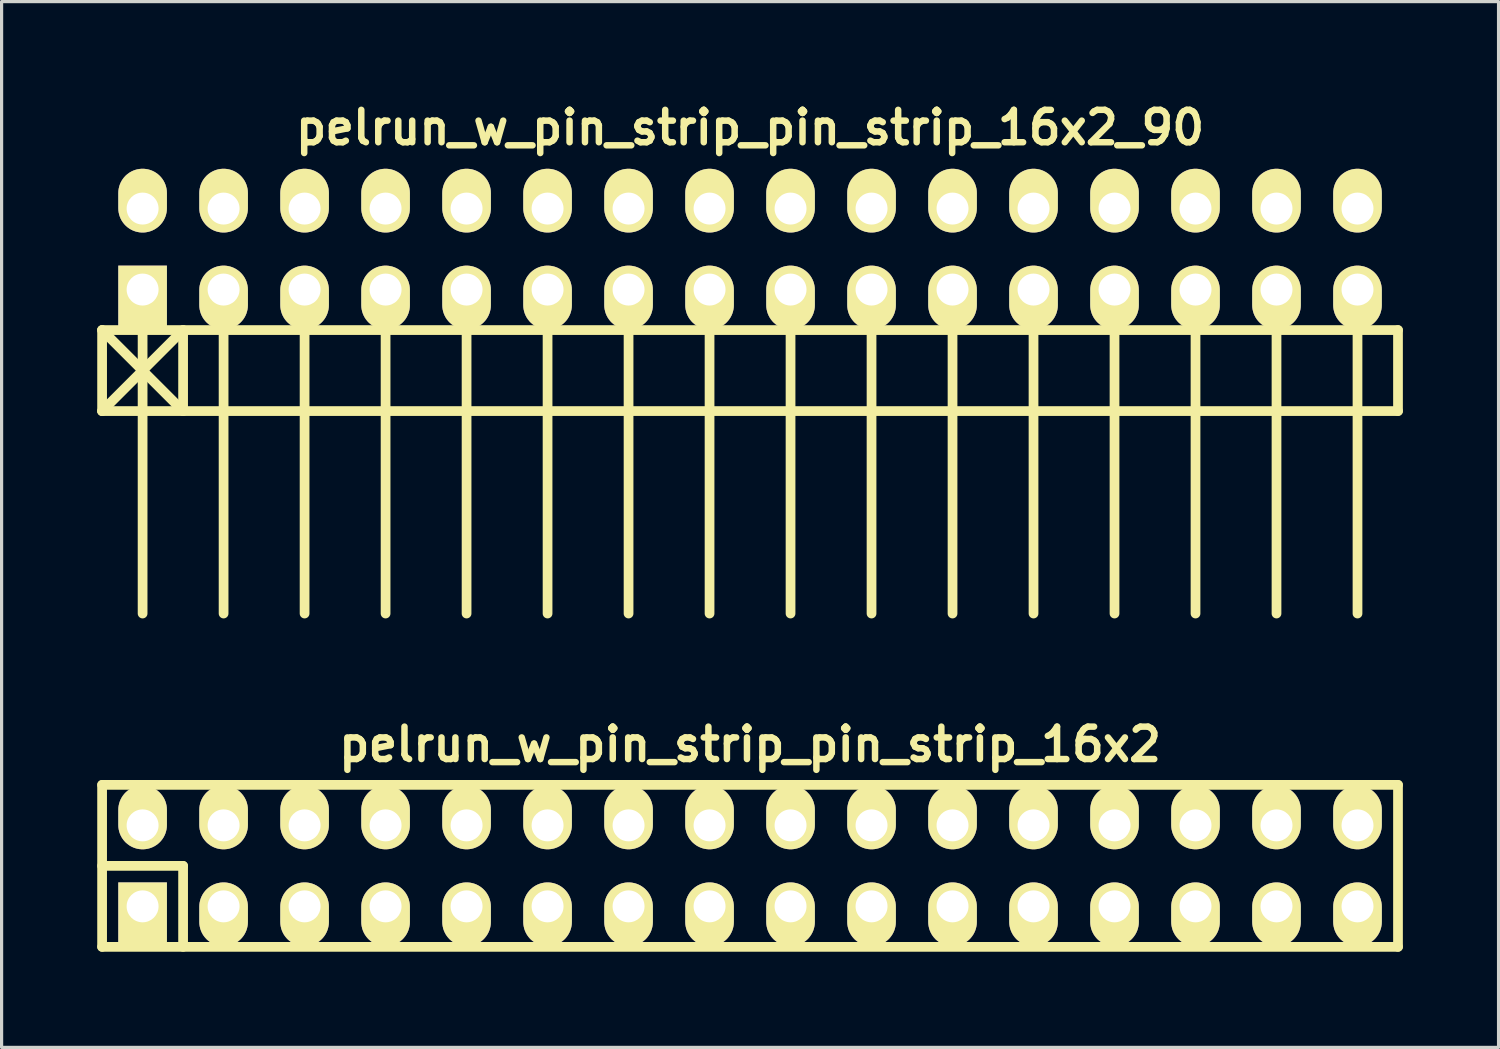
<source format=kicad_pcb>
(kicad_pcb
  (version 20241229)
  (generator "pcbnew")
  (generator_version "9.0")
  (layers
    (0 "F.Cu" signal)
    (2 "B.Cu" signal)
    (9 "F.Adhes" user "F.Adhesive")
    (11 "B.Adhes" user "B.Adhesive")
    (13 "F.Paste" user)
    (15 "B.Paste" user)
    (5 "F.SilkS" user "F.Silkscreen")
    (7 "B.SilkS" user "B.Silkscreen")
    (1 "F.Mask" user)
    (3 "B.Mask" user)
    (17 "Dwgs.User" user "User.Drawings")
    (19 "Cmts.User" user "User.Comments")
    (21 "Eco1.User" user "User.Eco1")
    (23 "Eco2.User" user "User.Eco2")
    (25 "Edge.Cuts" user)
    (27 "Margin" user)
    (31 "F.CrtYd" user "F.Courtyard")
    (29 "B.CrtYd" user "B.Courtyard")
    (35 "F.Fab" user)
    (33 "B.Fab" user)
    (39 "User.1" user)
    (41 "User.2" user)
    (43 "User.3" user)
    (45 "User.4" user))
  (footprint "pelrun_w_pin_strip_pin_strip_16x2"
    (layer "F.Cu")
    (at 20.472 24.104)
    (property "Reference" "pelrun_w_pin_strip_pin_strip_16x2" (at 0 -3.81 0) (layer "F.SilkS") (effects (font (size 1.016 1.016) (thickness 0.203))))
    (attr through_hole)
    (fp_line (start -20.32 -2.54) (end -20.32 2.54) (stroke (width 0.305) (type solid)) (layer "F.SilkS"))
    (fp_line (start -20.32 -2.54) (end 20.32 -2.54) (stroke (width 0.305) (type solid)) (layer "F.SilkS"))
    (fp_line (start -20.32 0) (end -17.78 0) (stroke (width 0.305) (type solid)) (layer "F.SilkS"))
    (fp_line (start -17.78 0) (end -17.78 2.54) (stroke (width 0.305) (type solid)) (layer "F.SilkS"))
    (fp_line (start 20.32 2.54) (end -20.32 2.54) (stroke (width 0.305) (type solid)) (layer "F.SilkS"))
    (fp_line (start 20.32 2.54) (end 20.32 -2.54) (stroke (width 0.305) (type solid)) (layer "F.SilkS"))
    (pad "1" thru_hole rect (at -19.05 1.27) (size 1.524 1.999) (drill 1.001 (offset 0 0.249)) (layers "*.Cu" "*.Mask" "F.SilkS"))
    (pad "2" thru_hole oval (at -19.05 -1.27) (size 1.524 1.999) (drill 1.001 (offset 0 -0.249)) (layers "*.Cu" "*.Mask" "F.SilkS"))
    (pad "3" thru_hole oval (at -16.51 1.27) (size 1.524 1.999) (drill 1.001 (offset 0 0.249)) (layers "*.Cu" "*.Mask" "F.SilkS"))
    (pad "4" thru_hole oval (at -16.51 -1.27) (size 1.524 1.999) (drill 1.001 (offset 0 -0.249)) (layers "*.Cu" "*.Mask" "F.SilkS"))
    (pad "5" thru_hole oval (at -13.97 1.27) (size 1.524 1.999) (drill 1.001 (offset 0 0.249)) (layers "*.Cu" "*.Mask" "F.SilkS"))
    (pad "6" thru_hole oval (at -13.97 -1.27) (size 1.524 1.999) (drill 1.001 (offset 0 -0.249)) (layers "*.Cu" "*.Mask" "F.SilkS"))
    (pad "7" thru_hole oval (at -11.43 1.27) (size 1.524 1.999) (drill 1.001 (offset 0 0.249)) (layers "*.Cu" "*.Mask" "F.SilkS"))
    (pad "8" thru_hole oval (at -11.43 -1.27) (size 1.524 1.999) (drill 1.001 (offset 0 -0.249)) (layers "*.Cu" "*.Mask" "F.SilkS"))
    (pad "9" thru_hole oval (at -8.89 1.27) (size 1.524 1.999) (drill 1.001 (offset 0 0.249)) (layers "*.Cu" "*.Mask" "F.SilkS"))
    (pad "10" thru_hole oval (at -8.89 -1.27) (size 1.524 1.999) (drill 1.001 (offset 0 -0.249)) (layers "*.Cu" "*.Mask" "F.SilkS"))
    (pad "11" thru_hole oval (at -6.35 1.27) (size 1.524 1.999) (drill 1.001 (offset 0 0.249)) (layers "*.Cu" "*.Mask" "F.SilkS"))
    (pad "12" thru_hole oval (at -6.35 -1.27) (size 1.524 1.999) (drill 1.001 (offset 0 -0.249)) (layers "*.Cu" "*.Mask" "F.SilkS"))
    (pad "13" thru_hole oval (at -3.81 1.27) (size 1.524 1.999) (drill 1.001 (offset 0 0.249)) (layers "*.Cu" "*.Mask" "F.SilkS"))
    (pad "14" thru_hole oval (at -3.81 -1.27) (size 1.524 1.999) (drill 1.001 (offset 0 -0.249)) (layers "*.Cu" "*.Mask" "F.SilkS"))
    (pad "15" thru_hole oval (at -1.27 1.27) (size 1.524 1.999) (drill 1.001 (offset 0 0.249)) (layers "*.Cu" "*.Mask" "F.SilkS"))
    (pad "16" thru_hole oval (at -1.27 -1.27) (size 1.524 1.999) (drill 1.001 (offset 0 -0.249)) (layers "*.Cu" "*.Mask" "F.SilkS"))
    (pad "17" thru_hole oval (at 1.27 1.27) (size 1.524 1.999) (drill 1.001 (offset 0 0.249)) (layers "*.Cu" "*.Mask" "F.SilkS"))
    (pad "18" thru_hole oval (at 1.27 -1.27) (size 1.524 1.999) (drill 1.001 (offset 0 -0.249)) (layers "*.Cu" "*.Mask" "F.SilkS"))
    (pad "19" thru_hole oval (at 3.81 1.27) (size 1.524 1.999) (drill 1.001 (offset 0 0.249)) (layers "*.Cu" "*.Mask" "F.SilkS"))
    (pad "20" thru_hole oval (at 3.81 -1.27) (size 1.524 1.999) (drill 1.001 (offset 0 -0.249)) (layers "*.Cu" "*.Mask" "F.SilkS"))
    (pad "21" thru_hole oval (at 6.35 1.27) (size 1.524 1.999) (drill 1.001 (offset 0 0.249)) (layers "*.Cu" "*.Mask" "F.SilkS"))
    (pad "22" thru_hole oval (at 6.35 -1.27) (size 1.524 1.999) (drill 1.001 (offset 0 -0.249)) (layers "*.Cu" "*.Mask" "F.SilkS"))
    (pad "23" thru_hole oval (at 8.89 1.27) (size 1.524 1.999) (drill 1.001 (offset 0 0.249)) (layers "*.Cu" "*.Mask" "F.SilkS"))
    (pad "24" thru_hole oval (at 8.89 -1.27) (size 1.524 1.999) (drill 1.001 (offset 0 -0.249)) (layers "*.Cu" "*.Mask" "F.SilkS"))
    (pad "25" thru_hole oval (at 11.43 1.27) (size 1.524 1.999) (drill 1.001 (offset 0 0.249)) (layers "*.Cu" "*.Mask" "F.SilkS"))
    (pad "26" thru_hole oval (at 11.43 -1.27) (size 1.524 1.999) (drill 1.001 (offset 0 -0.249)) (layers "*.Cu" "*.Mask" "F.SilkS"))
    (pad "27" thru_hole oval (at 13.97 1.27) (size 1.524 1.999) (drill 1.001 (offset 0 0.249)) (layers "*.Cu" "*.Mask" "F.SilkS"))
    (pad "28" thru_hole oval (at 13.97 -1.27) (size 1.524 1.999) (drill 1.001 (offset 0 -0.249)) (layers "*.Cu" "*.Mask" "F.SilkS"))
    (pad "29" thru_hole oval (at 16.51 1.27) (size 1.524 1.999) (drill 1.001 (offset 0 0.249)) (layers "*.Cu" "*.Mask" "F.SilkS"))
    (pad "30" thru_hole oval (at 16.51 -1.27) (size 1.524 1.999) (drill 1.001 (offset 0 -0.249)) (layers "*.Cu" "*.Mask" "F.SilkS"))
    (pad "31" thru_hole oval (at 19.05 1.27) (size 1.524 1.999) (drill 1.001 (offset 0 0.249)) (layers "*.Cu" "*.Mask" "F.SilkS"))
    (pad "32" thru_hole oval (at 19.05 -1.27) (size 1.524 1.999) (drill 1.001 (offset 0 -0.249)) (layers "*.Cu" "*.Mask" "F.SilkS")))
  (footprint "pelrun_w_pin_strip_pin_strip_16x2_90"
    (layer "F.Cu")
    (at 20.472 4.761)
    (property "Reference" "pelrun_w_pin_strip_pin_strip_16x2_90" (at 0 -3.81 0) (layer "F.SilkS") (effects (font (size 1.016 1.016) (thickness 0.203))))
    (attr through_hole)
    (fp_line (start -20.32 2.54) (end -17.78 5.08) (stroke (width 0.305) (type solid)) (layer "F.SilkS"))
    (fp_line (start -20.32 2.54) (end 20.32 2.54) (stroke (width 0.305) (type solid)) (layer "F.SilkS"))
    (fp_line (start -20.32 5.08) (end -20.32 2.54) (stroke (width 0.305) (type solid)) (layer "F.SilkS"))
    (fp_line (start -19.05 1.27) (end -19.05 11.43) (stroke (width 0.305) (type solid)) (layer "F.SilkS"))
    (fp_line (start -17.78 2.54) (end -20.32 5.08) (stroke (width 0.305) (type solid)) (layer "F.SilkS"))
    (fp_line (start -17.78 5.08) (end -17.78 2.54) (stroke (width 0.305) (type solid)) (layer "F.SilkS"))
    (fp_line (start -16.51 1.27) (end -16.51 11.43) (stroke (width 0.305) (type solid)) (layer "F.SilkS"))
    (fp_line (start -13.97 11.43) (end -13.97 1.27) (stroke (width 0.305) (type solid)) (layer "F.SilkS"))
    (fp_line (start -11.43 1.27) (end -11.43 11.43) (stroke (width 0.305) (type solid)) (layer "F.SilkS"))
    (fp_line (start -8.89 1.27) (end -8.89 11.43) (stroke (width 0.305) (type solid)) (layer "F.SilkS"))
    (fp_line (start -6.35 1.27) (end -6.35 11.43) (stroke (width 0.305) (type solid)) (layer "F.SilkS"))
    (fp_line (start -3.81 1.27) (end -3.81 11.43) (stroke (width 0.305) (type solid)) (layer "F.SilkS"))
    (fp_line (start -1.27 1.27) (end -1.27 11.43) (stroke (width 0.305) (type solid)) (layer "F.SilkS"))
    (fp_line (start 1.27 1.27) (end 1.27 11.43) (stroke (width 0.305) (type solid)) (layer "F.SilkS"))
    (fp_line (start 3.81 1.27) (end 3.81 11.43) (stroke (width 0.305) (type solid)) (layer "F.SilkS"))
    (fp_line (start 6.35 1.27) (end 6.35 11.43) (stroke (width 0.305) (type solid)) (layer "F.SilkS"))
    (fp_line (start 8.89 1.27) (end 8.89 11.43) (stroke (width 0.305) (type solid)) (layer "F.SilkS"))
    (fp_line (start 11.43 11.43) (end 11.43 1.27) (stroke (width 0.305) (type solid)) (layer "F.SilkS"))
    (fp_line (start 13.97 1.27) (end 13.97 11.43) (stroke (width 0.305) (type solid)) (layer "F.SilkS"))
    (fp_line (start 16.51 1.27) (end 16.51 11.43) (stroke (width 0.305) (type solid)) (layer "F.SilkS"))
    (fp_line (start 19.05 1.27) (end 19.05 11.43) (stroke (width 0.305) (type solid)) (layer "F.SilkS"))
    (fp_line (start 20.32 2.54) (end 20.32 5.08) (stroke (width 0.305) (type solid)) (layer "F.SilkS"))
    (fp_line (start 20.32 5.08) (end -20.32 5.08) (stroke (width 0.305) (type solid)) (layer "F.SilkS"))
    (pad "1" thru_hole rect (at -19.05 1.27) (size 1.524 1.999) (drill 1.001 (offset 0 0.249)) (layers "*.Cu" "*.Mask" "F.SilkS"))
    (pad "2" thru_hole oval (at -19.05 -1.27) (size 1.524 1.999) (drill 1.001 (offset 0 -0.249)) (layers "*.Cu" "*.Mask" "F.SilkS"))
    (pad "3" thru_hole oval (at -16.51 1.27) (size 1.524 1.999) (drill 1.001 (offset 0 0.249)) (layers "*.Cu" "*.Mask" "F.SilkS"))
    (pad "4" thru_hole oval (at -16.51 -1.27) (size 1.524 1.999) (drill 1.001 (offset 0 -0.249)) (layers "*.Cu" "*.Mask" "F.SilkS"))
    (pad "5" thru_hole oval (at -13.97 1.27) (size 1.524 1.999) (drill 1.001 (offset 0 0.249)) (layers "*.Cu" "*.Mask" "F.SilkS"))
    (pad "6" thru_hole oval (at -13.97 -1.27) (size 1.524 1.999) (drill 1.001 (offset 0 -0.249)) (layers "*.Cu" "*.Mask" "F.SilkS"))
    (pad "7" thru_hole oval (at -11.43 1.27) (size 1.524 1.999) (drill 1.001 (offset 0 0.249)) (layers "*.Cu" "*.Mask" "F.SilkS"))
    (pad "8" thru_hole oval (at -11.43 -1.27) (size 1.524 1.999) (drill 1.001 (offset 0 -0.249)) (layers "*.Cu" "*.Mask" "F.SilkS"))
    (pad "9" thru_hole oval (at -8.89 1.27) (size 1.524 1.999) (drill 1.001 (offset 0 0.249)) (layers "*.Cu" "*.Mask" "F.SilkS"))
    (pad "10" thru_hole oval (at -8.89 -1.27) (size 1.524 1.999) (drill 1.001 (offset 0 -0.249)) (layers "*.Cu" "*.Mask" "F.SilkS"))
    (pad "11" thru_hole oval (at -6.35 1.27) (size 1.524 1.999) (drill 1.001 (offset 0 0.249)) (layers "*.Cu" "*.Mask" "F.SilkS"))
    (pad "12" thru_hole oval (at -6.35 -1.27) (size 1.524 1.999) (drill 1.001 (offset 0 -0.249)) (layers "*.Cu" "*.Mask" "F.SilkS"))
    (pad "13" thru_hole oval (at -3.81 1.27) (size 1.524 1.999) (drill 1.001 (offset 0 0.249)) (layers "*.Cu" "*.Mask" "F.SilkS"))
    (pad "14" thru_hole oval (at -3.81 -1.27) (size 1.524 1.999) (drill 1.001 (offset 0 -0.249)) (layers "*.Cu" "*.Mask" "F.SilkS"))
    (pad "15" thru_hole oval (at -1.27 1.27) (size 1.524 1.999) (drill 1.001 (offset 0 0.249)) (layers "*.Cu" "*.Mask" "F.SilkS"))
    (pad "16" thru_hole oval (at -1.27 -1.27) (size 1.524 1.999) (drill 1.001 (offset 0 -0.249)) (layers "*.Cu" "*.Mask" "F.SilkS"))
    (pad "17" thru_hole oval (at 1.27 1.27) (size 1.524 1.999) (drill 1.001 (offset 0 0.249)) (layers "*.Cu" "*.Mask" "F.SilkS"))
    (pad "18" thru_hole oval (at 1.27 -1.27) (size 1.524 1.999) (drill 1.001 (offset 0 -0.249)) (layers "*.Cu" "*.Mask" "F.SilkS"))
    (pad "19" thru_hole oval (at 3.81 1.27) (size 1.524 1.999) (drill 1.001 (offset 0 0.249)) (layers "*.Cu" "*.Mask" "F.SilkS"))
    (pad "20" thru_hole oval (at 3.81 -1.27) (size 1.524 1.999) (drill 1.001 (offset 0 -0.249)) (layers "*.Cu" "*.Mask" "F.SilkS"))
    (pad "21" thru_hole oval (at 6.35 1.27) (size 1.524 1.999) (drill 1.001 (offset 0 0.249)) (layers "*.Cu" "*.Mask" "F.SilkS"))
    (pad "22" thru_hole oval (at 6.35 -1.27) (size 1.524 1.999) (drill 1.001 (offset 0 -0.249)) (layers "*.Cu" "*.Mask" "F.SilkS"))
    (pad "23" thru_hole oval (at 8.89 1.27) (size 1.524 1.999) (drill 1.001 (offset 0 0.249)) (layers "*.Cu" "*.Mask" "F.SilkS"))
    (pad "24" thru_hole oval (at 8.89 -1.27) (size 1.524 1.999) (drill 1.001 (offset 0 -0.249)) (layers "*.Cu" "*.Mask" "F.SilkS"))
    (pad "25" thru_hole oval (at 11.43 1.27) (size 1.524 1.999) (drill 1.001 (offset 0 0.249)) (layers "*.Cu" "*.Mask" "F.SilkS"))
    (pad "26" thru_hole oval (at 11.43 -1.27) (size 1.524 1.999) (drill 1.001 (offset 0 -0.249)) (layers "*.Cu" "*.Mask" "F.SilkS"))
    (pad "27" thru_hole oval (at 13.97 1.27) (size 1.524 1.999) (drill 1.001 (offset 0 0.249)) (layers "*.Cu" "*.Mask" "F.SilkS"))
    (pad "28" thru_hole oval (at 13.97 -1.27) (size 1.524 1.999) (drill 1.001 (offset 0 -0.249)) (layers "*.Cu" "*.Mask" "F.SilkS"))
    (pad "29" thru_hole oval (at 16.51 1.27) (size 1.524 1.999) (drill 1.001 (offset 0 0.249)) (layers "*.Cu" "*.Mask" "F.SilkS"))
    (pad "30" thru_hole oval (at 16.51 -1.27) (size 1.524 1.999) (drill 1.001 (offset 0 -0.249)) (layers "*.Cu" "*.Mask" "F.SilkS"))
    (pad "31" thru_hole oval (at 19.05 1.27) (size 1.524 1.999) (drill 1.001 (offset 0 0.249)) (layers "*.Cu" "*.Mask" "F.SilkS"))
    (pad "32" thru_hole oval (at 19.05 -1.27) (size 1.524 1.999) (drill 1.001 (offset 0 -0.249)) (layers "*.Cu" "*.Mask" "F.SilkS")))
  (gr_rect
    (start -3 -3)
    (end 43.945 29.797)
    (stroke (width 0.1) (type default))
    (fill no)
    (layer "Edge.Cuts")))
</source>
